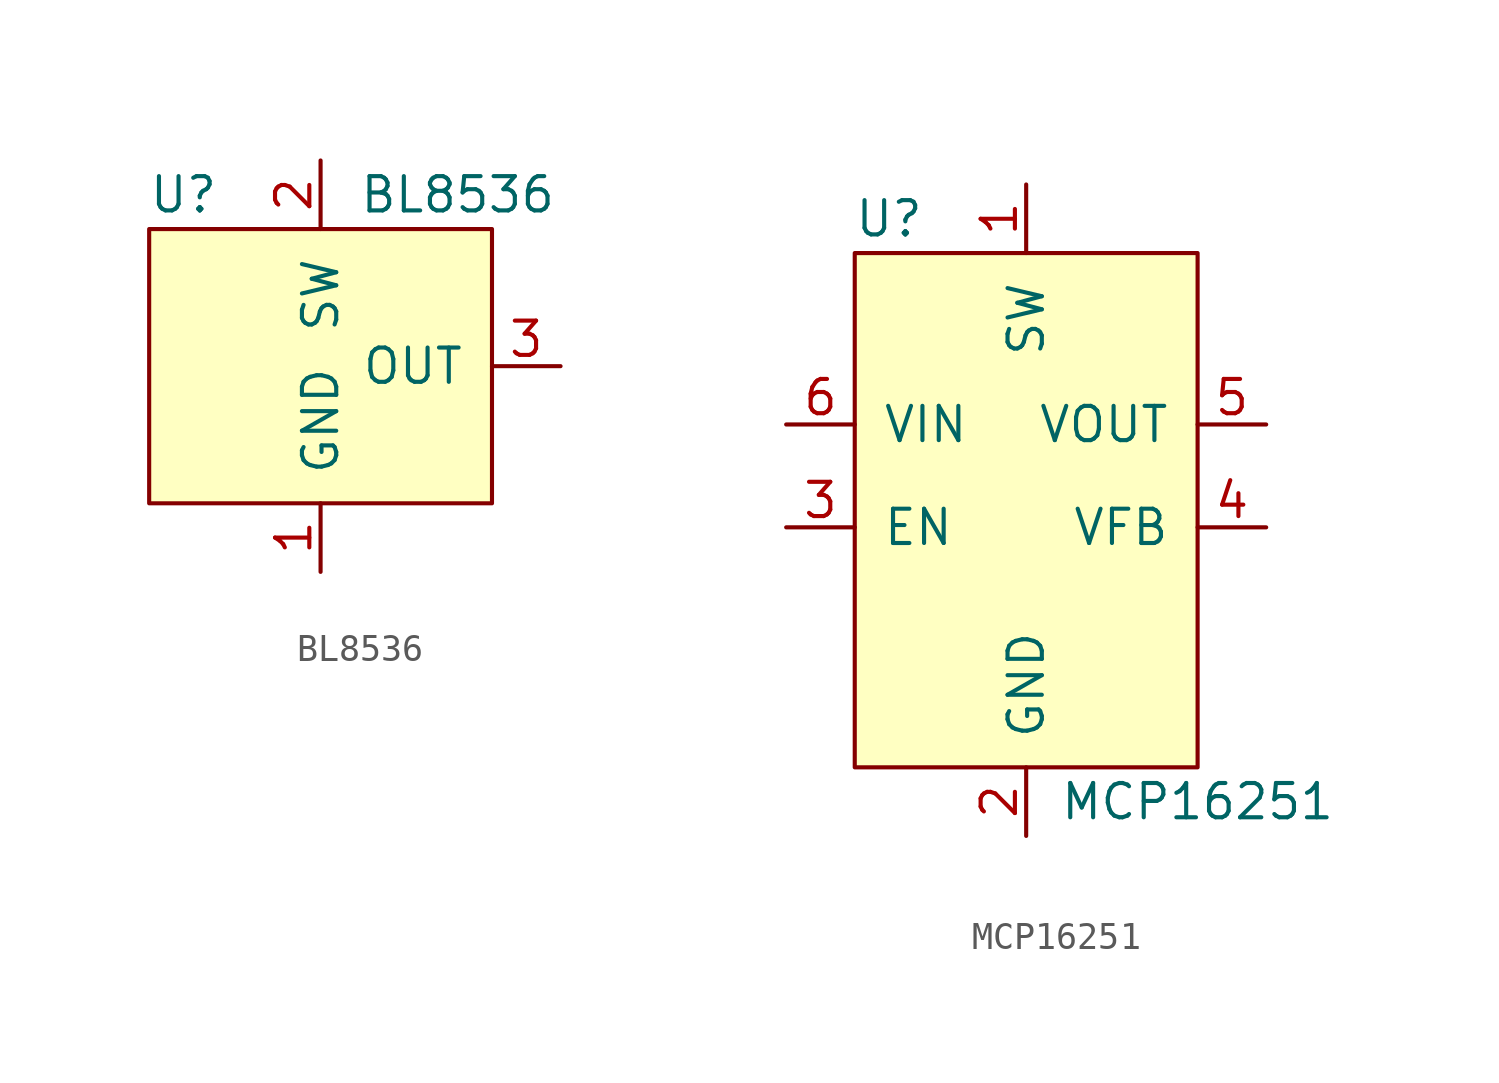
<source format=kicad_sym>
(kicad_symbol_lib
  (version 20231120)
  (generator "kicad_symbol_editor")
  (generator_version "8.0")
  (symbol "BL8536"
    (pin_names
      (offset 1.016))
    (property "Reference" "U"
      (at -5.08 6.35 0)
      (effects (font (size 1.27 1.27))))
    (property "Value" "BL8536"
      (at 5.08 6.35 0)
      (effects (font (size 1.27 1.27))))
    (symbol "BL8536_0_1"
      (rectangle (start 6.35 5.08) (end -6.35 -5.08) (stroke (width 0) (type solid)) (fill (type background))))
    (symbol "BL8536_1_1"
      (pin power_in line (at 0 -7.62 90) (length 2.54) (name "GND" (effects (font (size 1.27 1.27)))) (number "1" (effects (font (size 1.27 1.27)))))
      (pin power_in line (at 0 7.62 270) (length 2.54) (name "SW" (effects (font (size 1.27 1.27)))) (number "2" (effects (font (size 1.27 1.27)))))
      (pin power_out line (at 8.89 0 180) (length 2.54) (name "OUT" (effects (font (size 1.27 1.27)))) (number "3" (effects (font (size 1.27 1.27)))))))
  (symbol "MCP16251"
    (pin_names
      (offset 1.016))
    (property "Reference" "U"
      (at -5.08 11.43 0)
      (effects (font (size 1.27 1.27))))
    (property "Value" "MCP16251"
      (at 6.35 -10.16 0)
      (effects (font (size 1.27 1.27))))
    (symbol "MCP16251_0_1"
      (rectangle (start -6.35 10.16) (end 6.35 -8.89) (stroke (width 0) (type solid)) (fill (type background))))
    (symbol "MCP16251_1_1"
      (pin output line (at 0 12.7 270) (length 2.54) (name "SW" (effects (font (size 1.27 1.27)))) (number "1" (effects (font (size 1.27 1.27)))))
      (pin power_in line (at 0 -11.43 90) (length 2.54) (name "GND" (effects (font (size 1.27 1.27)))) (number "2" (effects (font (size 1.27 1.27)))))
      (pin input line (at -8.89 0 0) (length 2.54) (name "EN" (effects (font (size 1.27 1.27)))) (number "3" (effects (font (size 1.27 1.27)))))
      (pin input line (at 8.89 0 180) (length 2.54) (name "VFB" (effects (font (size 1.27 1.27)))) (number "4" (effects (font (size 1.27 1.27)))))
      (pin power_out line (at 8.89 3.81 180) (length 2.54) (name "VOUT" (effects (font (size 1.27 1.27)))) (number "5" (effects (font (size 1.27 1.27)))))
      (pin input line (at -8.89 3.81 0) (length 2.54) (name "VIN" (effects (font (size 1.27 1.27)))) (number "6" (effects (font (size 1.27 1.27))))))))
</source>
